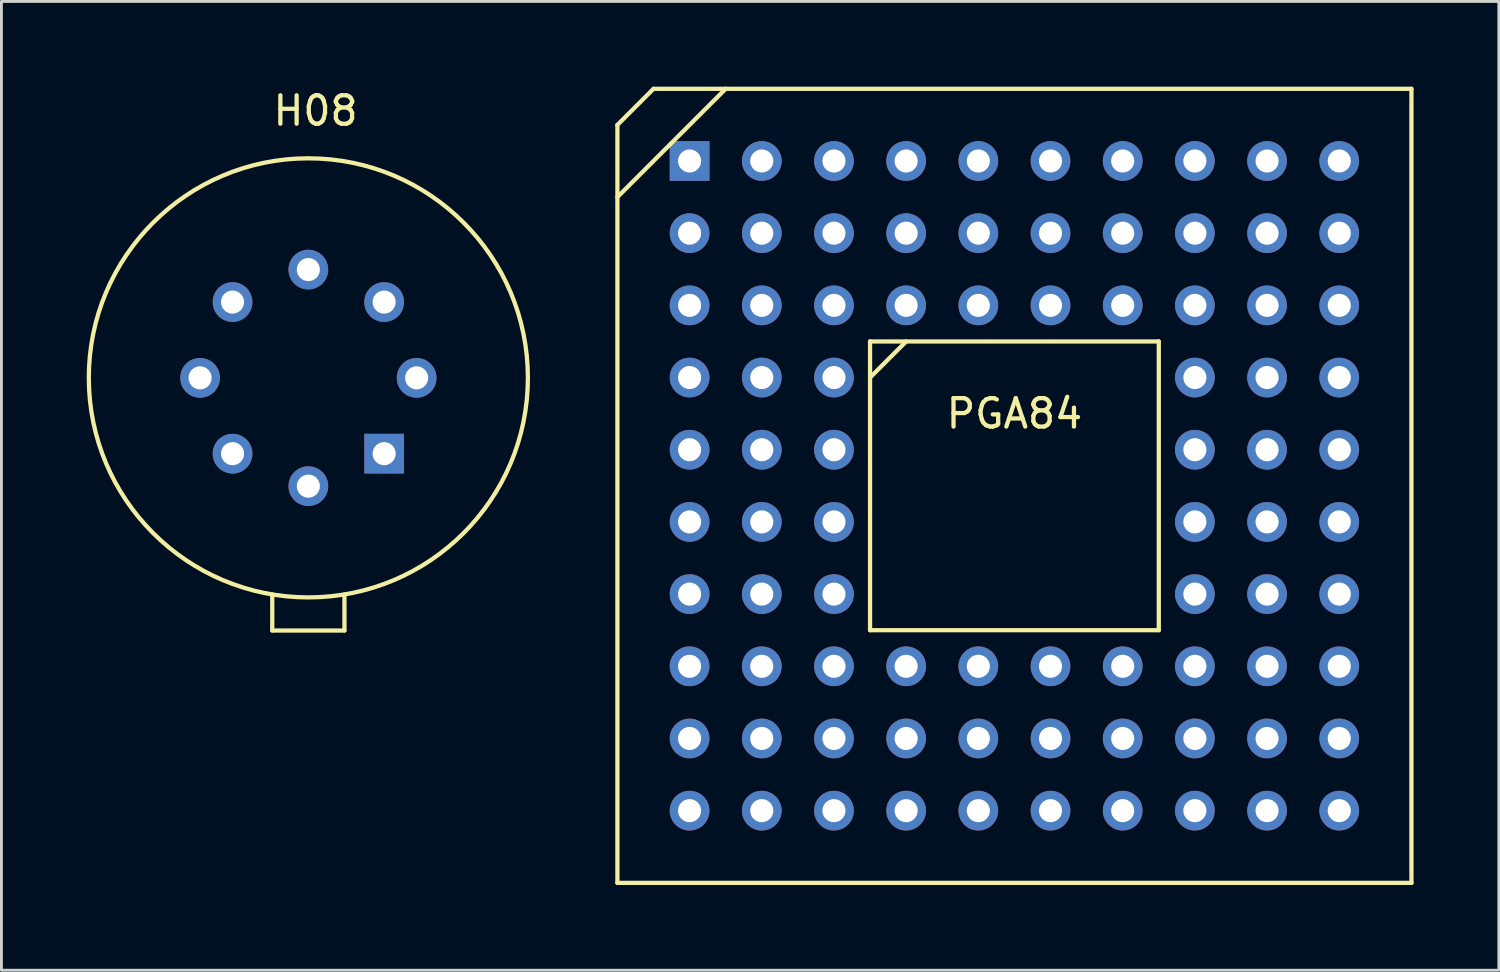
<source format=kicad_pcb>
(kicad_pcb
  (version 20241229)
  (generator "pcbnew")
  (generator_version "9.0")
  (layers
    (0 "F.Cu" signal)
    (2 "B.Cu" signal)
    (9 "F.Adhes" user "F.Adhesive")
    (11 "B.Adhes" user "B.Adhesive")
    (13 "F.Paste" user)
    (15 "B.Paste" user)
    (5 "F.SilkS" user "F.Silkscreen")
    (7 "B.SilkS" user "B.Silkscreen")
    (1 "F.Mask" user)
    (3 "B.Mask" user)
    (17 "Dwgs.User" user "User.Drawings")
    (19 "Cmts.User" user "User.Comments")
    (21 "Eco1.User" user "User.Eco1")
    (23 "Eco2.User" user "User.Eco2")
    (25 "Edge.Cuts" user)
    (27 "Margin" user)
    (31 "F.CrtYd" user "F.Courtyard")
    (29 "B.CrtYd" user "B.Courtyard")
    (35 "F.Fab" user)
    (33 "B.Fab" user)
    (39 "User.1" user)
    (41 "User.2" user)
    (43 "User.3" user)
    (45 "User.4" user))
  (footprint "H08"
    (layer "F.Cu")
    (at 7.8 10.246)
    (property "Reference" "H08" (at 0.254 -9.398 0) (layer "F.SilkS") (effects (font (size 1 1) (thickness 0.15))))
    (attr through_hole)
    (fp_line (start -1.27 7.62) (end -1.27 8.89) (stroke (width 0.15) (type solid)) (layer "F.SilkS"))
    (fp_line (start -1.27 8.89) (end 1.27 8.89) (stroke (width 0.15) (type solid)) (layer "F.SilkS"))
    (fp_line (start 1.27 8.89) (end 1.27 7.62) (stroke (width 0.15) (type solid)) (layer "F.SilkS"))
    (fp_circle (center 0 0) (end 1.27 7.62) (stroke (width 0.15) (type solid)) (fill no) (layer "F.SilkS"))
    (pad "1" thru_hole rect (at 2.667 2.667) (size 1.397 1.397) (drill 0.813) (layers "*.Cu" "*.Mask"))
    (pad "2" thru_hole circle (at 3.81 0) (size 1.397 1.397) (drill 0.813) (layers "*.Cu" "*.Mask"))
    (pad "3" thru_hole circle (at 2.667 -2.667) (size 1.397 1.397) (drill 0.813) (layers "*.Cu" "*.Mask"))
    (pad "4" thru_hole circle (at 0 -3.81) (size 1.397 1.397) (drill 0.813) (layers "*.Cu" "*.Mask"))
    (pad "5" thru_hole circle (at -2.667 -2.667) (size 1.397 1.397) (drill 0.813) (layers "*.Cu" "*.Mask"))
    (pad "6" thru_hole circle (at -3.81 0) (size 1.397 1.397) (drill 0.813) (layers "*.Cu" "*.Mask"))
    (pad "7" thru_hole circle (at -2.667 2.667) (size 1.397 1.397) (drill 0.813) (layers "*.Cu" "*.Mask"))
    (pad "8" thru_hole circle (at 0 3.81) (size 1.397 1.397) (drill 0.813) (layers "*.Cu" "*.Mask")))
  (footprint "PGA84"
    (layer "F.Cu")
    (at 32.645 14.045)
    (property "Reference" "PGA84" (at 0 -2.54 0) (layer "F.SilkS") (effects (font (size 1 1) (thickness 0.15))))
    (attr through_hole)
    (fp_line (start -13.97 -12.7) (end -12.7 -13.97) (stroke (width 0.15) (type solid)) (layer "F.SilkS"))
    (fp_line (start -13.97 -10.16) (end -10.16 -13.97) (stroke (width 0.15) (type solid)) (layer "F.SilkS"))
    (fp_line (start -13.97 13.97) (end -13.97 -12.7) (stroke (width 0.15) (type solid)) (layer "F.SilkS"))
    (fp_line (start -12.7 -13.97) (end 13.97 -13.97) (stroke (width 0.15) (type solid)) (layer "F.SilkS"))
    (fp_line (start -5.08 -5.08) (end 5.08 -5.08) (stroke (width 0.15) (type solid)) (layer "F.SilkS"))
    (fp_line (start -5.08 -3.81) (end -3.81 -5.08) (stroke (width 0.15) (type solid)) (layer "F.SilkS"))
    (fp_line (start -5.08 5.08) (end -5.08 -5.08) (stroke (width 0.15) (type solid)) (layer "F.SilkS"))
    (fp_line (start 5.08 -5.08) (end 5.08 5.08) (stroke (width 0.15) (type solid)) (layer "F.SilkS"))
    (fp_line (start 5.08 5.08) (end -5.08 5.08) (stroke (width 0.15) (type solid)) (layer "F.SilkS"))
    (fp_line (start 13.97 -13.97) (end 13.97 13.97) (stroke (width 0.15) (type solid)) (layer "F.SilkS"))
    (fp_line (start 13.97 13.97) (end -13.97 13.97) (stroke (width 0.15) (type solid)) (layer "F.SilkS"))
    (pad "A1" thru_hole rect (at -11.43 -11.43) (size 1.397 1.397) (drill 0.813) (layers "*.Cu" "*.Mask"))
    (pad "A2" thru_hole circle (at -8.89 -11.43) (size 1.397 1.397) (drill 0.813) (layers "*.Cu" "*.Mask"))
    (pad "A3" thru_hole circle (at -6.35 -11.43) (size 1.397 1.397) (drill 0.813) (layers "*.Cu" "*.Mask"))
    (pad "A4" thru_hole circle (at -3.81 -11.43) (size 1.397 1.397) (drill 0.813) (layers "*.Cu" "*.Mask"))
    (pad "A5" thru_hole circle (at -1.27 -11.43) (size 1.397 1.397) (drill 0.813) (layers "*.Cu" "*.Mask"))
    (pad "A6" thru_hole circle (at 1.27 -11.43) (size 1.397 1.397) (drill 0.813) (layers "*.Cu" "*.Mask"))
    (pad "A7" thru_hole circle (at 3.81 -11.43) (size 1.397 1.397) (drill 0.813) (layers "*.Cu" "*.Mask"))
    (pad "A8" thru_hole circle (at 6.35 -11.43) (size 1.397 1.397) (drill 0.813) (layers "*.Cu" "*.Mask"))
    (pad "A9" thru_hole circle (at 8.89 -11.43) (size 1.397 1.397) (drill 0.813) (layers "*.Cu" "*.Mask"))
    (pad "A10" thru_hole circle (at 11.43 -11.43) (size 1.397 1.397) (drill 0.813) (layers "*.Cu" "*.Mask"))
    (pad "B1" thru_hole circle (at -11.43 -8.89) (size 1.397 1.397) (drill 0.813) (layers "*.Cu" "*.Mask"))
    (pad "B2" thru_hole circle (at -8.89 -8.89) (size 1.397 1.397) (drill 0.813) (layers "*.Cu" "*.Mask"))
    (pad "B3" thru_hole circle (at -6.35 -8.89) (size 1.397 1.397) (drill 0.813) (layers "*.Cu" "*.Mask"))
    (pad "B4" thru_hole circle (at -3.81 -8.89) (size 1.397 1.397) (drill 0.813) (layers "*.Cu" "*.Mask"))
    (pad "B5" thru_hole circle (at -1.27 -8.89) (size 1.397 1.397) (drill 0.813) (layers "*.Cu" "*.Mask"))
    (pad "B6" thru_hole circle (at 1.27 -8.89) (size 1.397 1.397) (drill 0.813) (layers "*.Cu" "*.Mask"))
    (pad "B7" thru_hole circle (at 3.81 -8.89) (size 1.397 1.397) (drill 0.813) (layers "*.Cu" "*.Mask"))
    (pad "B8" thru_hole circle (at 6.35 -8.89) (size 1.397 1.397) (drill 0.813) (layers "*.Cu" "*.Mask"))
    (pad "B9" thru_hole circle (at 8.89 -8.89) (size 1.397 1.397) (drill 0.813) (layers "*.Cu" "*.Mask"))
    (pad "B10" thru_hole circle (at 11.43 -8.89) (size 1.397 1.397) (drill 0.813) (layers "*.Cu" "*.Mask"))
    (pad "C1" thru_hole circle (at -11.43 -6.35) (size 1.397 1.397) (drill 0.813) (layers "*.Cu" "*.Mask"))
    (pad "C2" thru_hole circle (at -8.89 -6.35) (size 1.397 1.397) (drill 0.813) (layers "*.Cu" "*.Mask"))
    (pad "C3" thru_hole circle (at -6.35 -6.35) (size 1.397 1.397) (drill 0.813) (layers "*.Cu" "*.Mask"))
    (pad "C4" thru_hole circle (at -3.81 -6.35) (size 1.397 1.397) (drill 0.813) (layers "*.Cu" "*.Mask"))
    (pad "C5" thru_hole circle (at -1.27 -6.35) (size 1.397 1.397) (drill 0.813) (layers "*.Cu" "*.Mask"))
    (pad "C6" thru_hole circle (at 1.27 -6.35) (size 1.397 1.397) (drill 0.813) (layers "*.Cu" "*.Mask"))
    (pad "C7" thru_hole circle (at 3.81 -6.35) (size 1.397 1.397) (drill 0.813) (layers "*.Cu" "*.Mask"))
    (pad "C8" thru_hole circle (at 6.35 -6.35) (size 1.397 1.397) (drill 0.813) (layers "*.Cu" "*.Mask"))
    (pad "C9" thru_hole circle (at 8.89 -6.35) (size 1.397 1.397) (drill 0.813) (layers "*.Cu" "*.Mask"))
    (pad "C10" thru_hole circle (at 11.43 -6.35) (size 1.397 1.397) (drill 0.813) (layers "*.Cu" "*.Mask"))
    (pad "D1" thru_hole circle (at -11.43 -3.81) (size 1.397 1.397) (drill 0.813) (layers "*.Cu" "*.Mask"))
    (pad "D2" thru_hole circle (at -8.89 -3.81) (size 1.397 1.397) (drill 0.813) (layers "*.Cu" "*.Mask"))
    (pad "D3" thru_hole circle (at -6.35 -3.81) (size 1.397 1.397) (drill 0.813) (layers "*.Cu" "*.Mask"))
    (pad "D8" thru_hole circle (at 6.35 -3.81) (size 1.397 1.397) (drill 0.813) (layers "*.Cu" "*.Mask"))
    (pad "D9" thru_hole circle (at 8.89 -3.81) (size 1.397 1.397) (drill 0.813) (layers "*.Cu" "*.Mask"))
    (pad "D10" thru_hole circle (at 11.43 -3.81) (size 1.397 1.397) (drill 0.813) (layers "*.Cu" "*.Mask"))
    (pad "E1" thru_hole circle (at -11.43 -1.27) (size 1.397 1.397) (drill 0.813) (layers "*.Cu" "*.Mask"))
    (pad "E2" thru_hole circle (at -8.89 -1.27) (size 1.397 1.397) (drill 0.813) (layers "*.Cu" "*.Mask"))
    (pad "E3" thru_hole circle (at -6.35 -1.27) (size 1.397 1.397) (drill 0.813) (layers "*.Cu" "*.Mask"))
    (pad "E8" thru_hole circle (at 6.35 -1.27) (size 1.397 1.397) (drill 0.813) (layers "*.Cu" "*.Mask"))
    (pad "E9" thru_hole circle (at 8.89 -1.27) (size 1.397 1.397) (drill 0.813) (layers "*.Cu" "*.Mask"))
    (pad "E10" thru_hole circle (at 11.43 -1.27) (size 1.397 1.397) (drill 0.813) (layers "*.Cu" "*.Mask"))
    (pad "F1" thru_hole circle (at -11.43 1.27) (size 1.397 1.397) (drill 0.813) (layers "*.Cu" "*.Mask"))
    (pad "F2" thru_hole circle (at -8.89 1.27) (size 1.397 1.397) (drill 0.813) (layers "*.Cu" "*.Mask"))
    (pad "F3" thru_hole circle (at -6.35 1.27) (size 1.397 1.397) (drill 0.813) (layers "*.Cu" "*.Mask"))
    (pad "F8" thru_hole circle (at 6.35 1.27) (size 1.397 1.397) (drill 0.813) (layers "*.Cu" "*.Mask"))
    (pad "F9" thru_hole circle (at 8.89 1.27) (size 1.397 1.397) (drill 0.813) (layers "*.Cu" "*.Mask"))
    (pad "F10" thru_hole circle (at 11.43 1.27) (size 1.397 1.397) (drill 0.813) (layers "*.Cu" "*.Mask"))
    (pad "G1" thru_hole circle (at -11.43 3.81) (size 1.397 1.397) (drill 0.813) (layers "*.Cu" "*.Mask"))
    (pad "G2" thru_hole circle (at -8.89 3.81) (size 1.397 1.397) (drill 0.813) (layers "*.Cu" "*.Mask"))
    (pad "G3" thru_hole circle (at -6.35 3.81) (size 1.397 1.397) (drill 0.813) (layers "*.Cu" "*.Mask"))
    (pad "G8" thru_hole circle (at 6.35 3.81) (size 1.397 1.397) (drill 0.813) (layers "*.Cu" "*.Mask"))
    (pad "G9" thru_hole circle (at 8.89 3.81) (size 1.397 1.397) (drill 0.813) (layers "*.Cu" "*.Mask"))
    (pad "G10" thru_hole circle (at 11.43 3.81) (size 1.397 1.397) (drill 0.813) (layers "*.Cu" "*.Mask"))
    (pad "H1" thru_hole circle (at -11.43 6.35) (size 1.397 1.397) (drill 0.813) (layers "*.Cu" "*.Mask"))
    (pad "H2" thru_hole circle (at -8.89 6.35) (size 1.397 1.397) (drill 0.813) (layers "*.Cu" "*.Mask"))
    (pad "H3" thru_hole circle (at -6.35 6.35) (size 1.397 1.397) (drill 0.813) (layers "*.Cu" "*.Mask"))
    (pad "H4" thru_hole circle (at -3.81 6.35) (size 1.397 1.397) (drill 0.813) (layers "*.Cu" "*.Mask"))
    (pad "H5" thru_hole circle (at -1.27 6.35) (size 1.397 1.397) (drill 0.813) (layers "*.Cu" "*.Mask"))
    (pad "H6" thru_hole circle (at 1.27 6.35) (size 1.397 1.397) (drill 0.813) (layers "*.Cu" "*.Mask"))
    (pad "H7" thru_hole circle (at 3.81 6.35) (size 1.397 1.397) (drill 0.813) (layers "*.Cu" "*.Mask"))
    (pad "H8" thru_hole circle (at 6.35 6.35) (size 1.397 1.397) (drill 0.813) (layers "*.Cu" "*.Mask"))
    (pad "H9" thru_hole circle (at 8.89 6.35) (size 1.397 1.397) (drill 0.813) (layers "*.Cu" "*.Mask"))
    (pad "H10" thru_hole circle (at 11.43 6.35) (size 1.397 1.397) (drill 0.813) (layers "*.Cu" "*.Mask"))
    (pad "J1" thru_hole circle (at -11.43 8.89) (size 1.397 1.397) (drill 0.813) (layers "*.Cu" "*.Mask"))
    (pad "J2" thru_hole circle (at -8.89 8.89) (size 1.397 1.397) (drill 0.813) (layers "*.Cu" "*.Mask"))
    (pad "J3" thru_hole circle (at -6.35 8.89) (size 1.397 1.397) (drill 0.813) (layers "*.Cu" "*.Mask"))
    (pad "J4" thru_hole circle (at -3.81 8.89) (size 1.397 1.397) (drill 0.813) (layers "*.Cu" "*.Mask"))
    (pad "J5" thru_hole circle (at -1.27 8.89) (size 1.397 1.397) (drill 0.813) (layers "*.Cu" "*.Mask"))
    (pad "J6" thru_hole circle (at 1.27 8.89) (size 1.397 1.397) (drill 0.813) (layers "*.Cu" "*.Mask"))
    (pad "J7" thru_hole circle (at 3.81 8.89) (size 1.397 1.397) (drill 0.813) (layers "*.Cu" "*.Mask"))
    (pad "J8" thru_hole circle (at 6.35 8.89) (size 1.397 1.397) (drill 0.813) (layers "*.Cu" "*.Mask"))
    (pad "J9" thru_hole circle (at 8.89 8.89) (size 1.397 1.397) (drill 0.813) (layers "*.Cu" "*.Mask"))
    (pad "J10" thru_hole circle (at 11.43 8.89) (size 1.397 1.397) (drill 0.813) (layers "*.Cu" "*.Mask"))
    (pad "K1" thru_hole circle (at -11.43 11.43) (size 1.397 1.397) (drill 0.813) (layers "*.Cu" "*.Mask"))
    (pad "K2" thru_hole circle (at -8.89 11.43) (size 1.397 1.397) (drill 0.813) (layers "*.Cu" "*.Mask"))
    (pad "K3" thru_hole circle (at -6.35 11.43) (size 1.397 1.397) (drill 0.813) (layers "*.Cu" "*.Mask"))
    (pad "K4" thru_hole circle (at -3.81 11.43) (size 1.397 1.397) (drill 0.813) (layers "*.Cu" "*.Mask"))
    (pad "K5" thru_hole circle (at -1.27 11.43) (size 1.397 1.397) (drill 0.813) (layers "*.Cu" "*.Mask"))
    (pad "K6" thru_hole circle (at 1.27 11.43) (size 1.397 1.397) (drill 0.813) (layers "*.Cu" "*.Mask"))
    (pad "K7" thru_hole circle (at 3.81 11.43) (size 1.397 1.397) (drill 0.813) (layers "*.Cu" "*.Mask"))
    (pad "K8" thru_hole circle (at 6.35 11.43) (size 1.397 1.397) (drill 0.813) (layers "*.Cu" "*.Mask"))
    (pad "K9" thru_hole circle (at 8.89 11.43) (size 1.397 1.397) (drill 0.813) (layers "*.Cu" "*.Mask"))
    (pad "K10" thru_hole circle (at 11.43 11.43) (size 1.397 1.397) (drill 0.813) (layers "*.Cu" "*.Mask")))
  (gr_rect
    (start -3 -3)
    (end 49.69 31.09)
    (stroke (width 0.1) (type default))
    (fill no)
    (layer "Edge.Cuts")))
</source>
